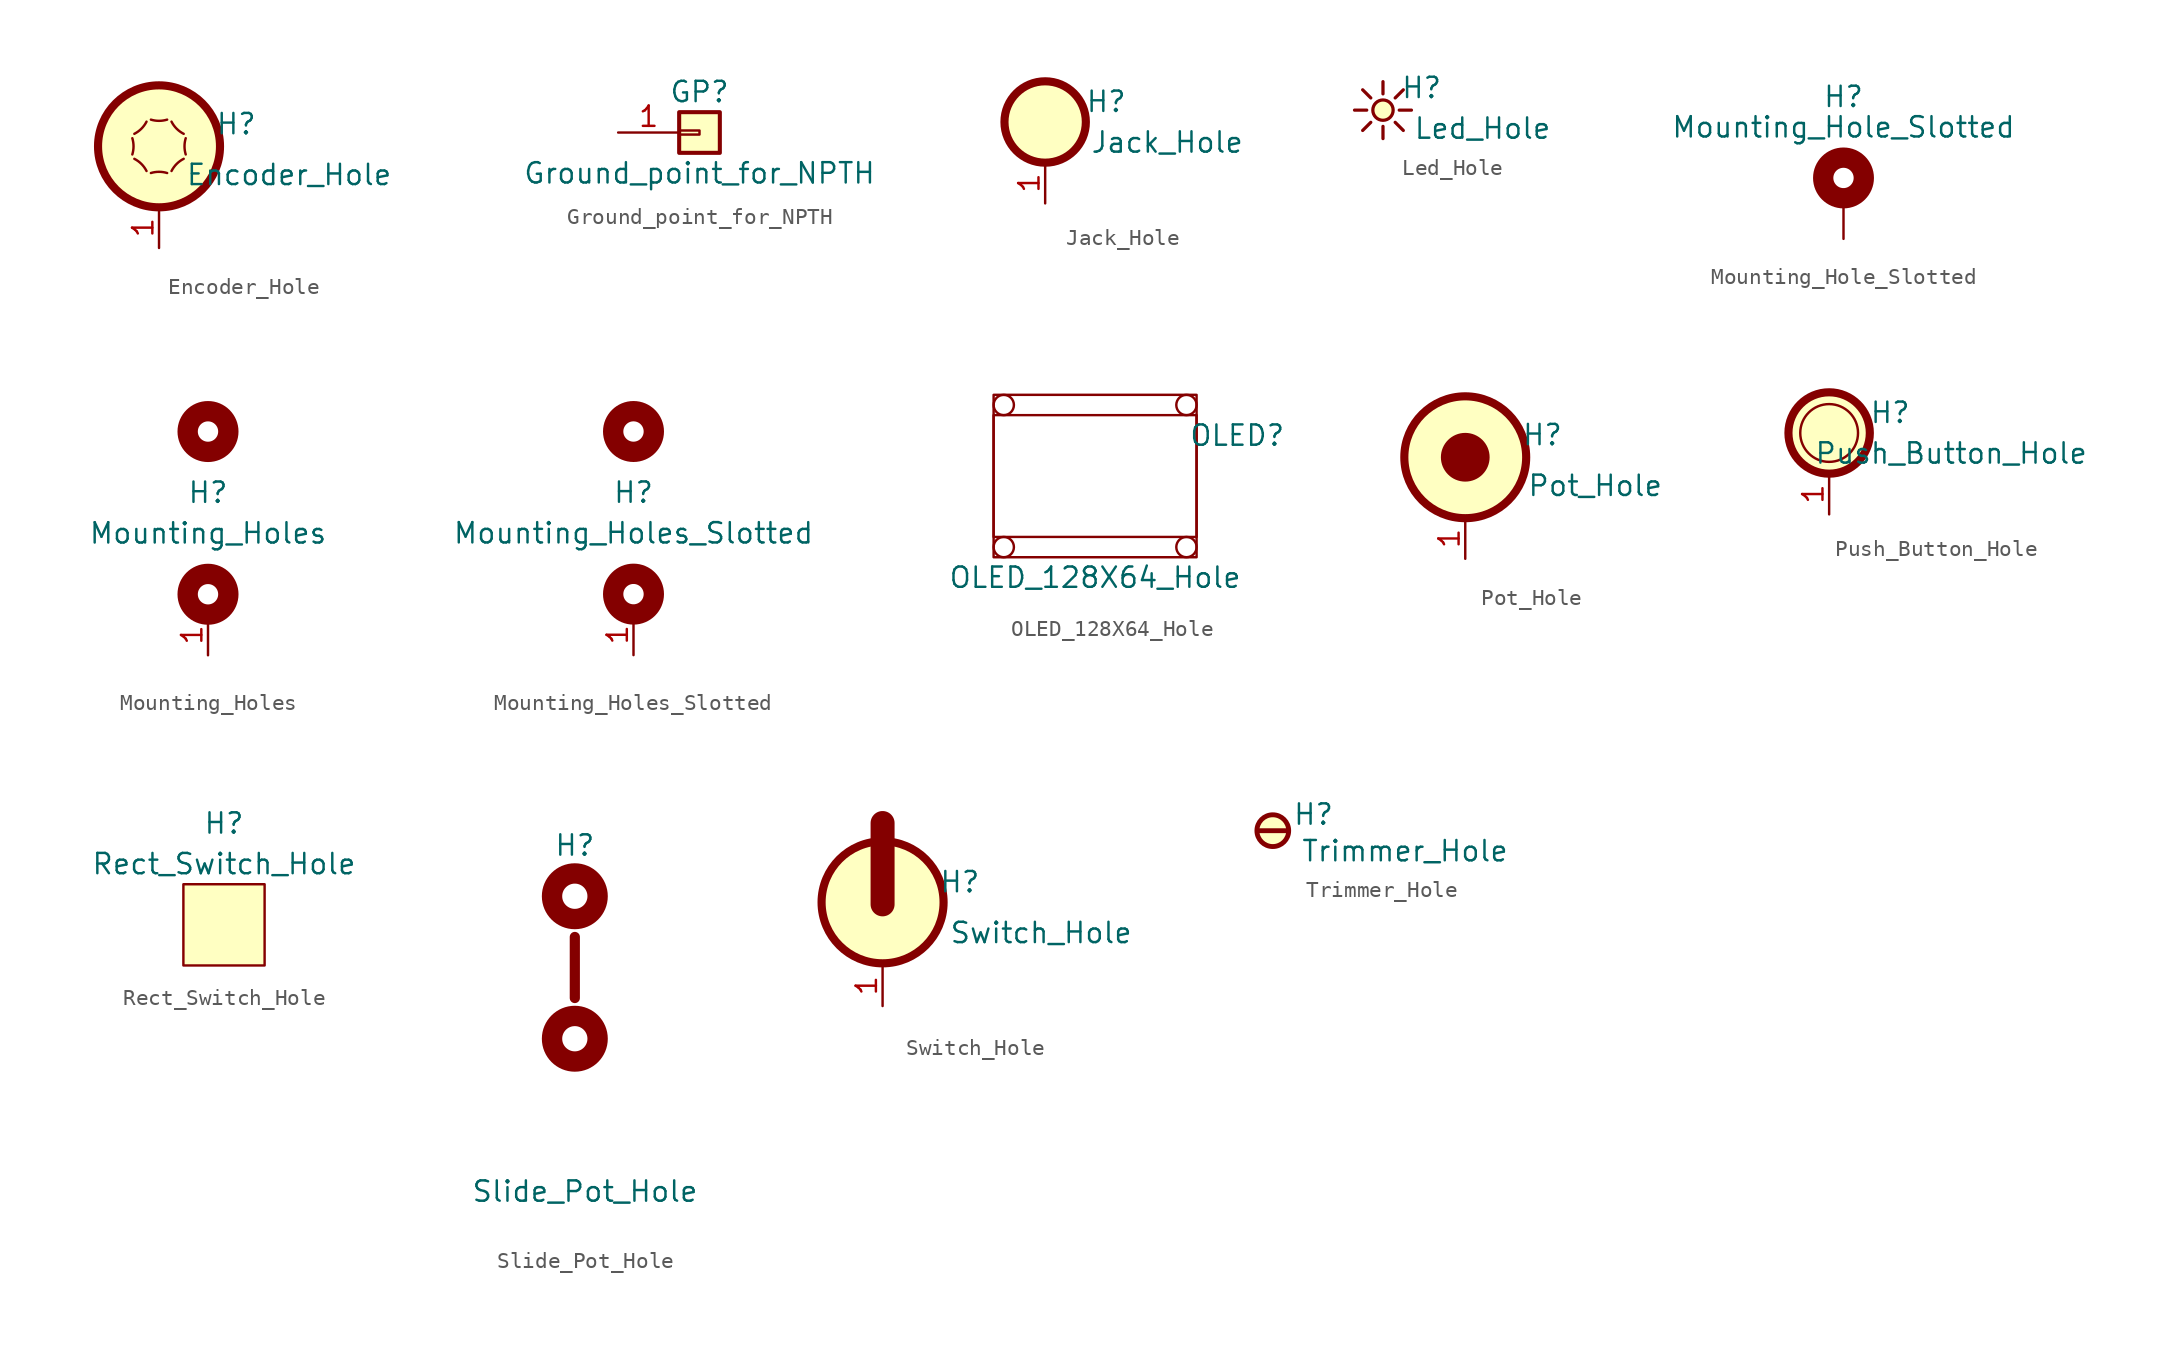
<source format=kicad_sym>
(kicad_symbol_lib
  (version 20211014)
  (generator kicad_symbol_editor)
  (symbol "Encoder_Hole"
    (pin_names
      (offset 1.016))
    (property "Reference" "H"
      (at 4.826 1.397 0)
      (effects (font (size 1.27 1.27))))
    (property "Value" "Encoder_Hole"
      (at 8.128 -1.778 0)
      (effects (font (size 1.27 1.27))))
    (symbol "Encoder_Hole_0_1"
      (arc (start -1.668 -0.508) (mid 1.7436 0) (end -1.668 0.508) (stroke (width 0.1524) (type default) (color 0 0 0 0)) (fill (type none)))
      (arc (start -1.5423 0.7803) (mid 1.2222 -1.2222) (end -0.7803 1.5423) (stroke (width 0.1524) (type default) (color 0 0 0 0)) (fill (type none)))
      (arc (start -0.7803 -1.5423) (mid 1.2222 1.2222) (end -1.5423 -0.7803) (stroke (width 0.1524) (type default) (color 0 0 0 0)) (fill (type none)))
      (arc (start -0.508 1.668) (mid 0 -1.7436) (end 0.508 1.668) (stroke (width 0.1524) (type default) (color 0 0 0 0)) (fill (type none)))
      (circle (center 0 0) (radius 3.81) (stroke (width 0.508) (type default) (color 0 0 0 0)) (fill (type background)))
      (arc (start 0.508 -1.668) (mid 0 1.7436) (end -0.508 -1.668) (stroke (width 0.1524) (type default) (color 0 0 0 0)) (fill (type none)))
      (arc (start 0.7803 1.5423) (mid -1.2222 -1.2222) (end 1.5423 0.7803) (stroke (width 0.1524) (type default) (color 0 0 0 0)) (fill (type none)))
      (arc (start 1.5423 -0.7803) (mid -1.2222 1.2222) (end 0.7803 -1.5423) (stroke (width 0.1524) (type default) (color 0 0 0 0)) (fill (type none)))
      (arc (start 1.668 0.508) (mid -1.7436 0) (end 1.668 -0.508) (stroke (width 0.1524) (type default) (color 0 0 0 0)) (fill (type none))))
    (symbol "Encoder_Hole_1_1"
      (pin passive line (at 0 -6.35 90) (length 2.54) (name "~" (effects (font (size 1.27 1.27)))) (number "1" (effects (font (size 1.27 1.27)))))))
  (symbol "Ground_point_for_NPTH"
    (pin_names
      (offset 1.016) hide)
    (property "Reference" "GP"
      (at 0 2.54 0)
      (effects (font (size 1.27 1.27))))
    (property "Value" "Ground_point_for_NPTH"
      (at 0 -2.54 0)
      (effects (font (size 1.27 1.27))))
    (symbol "Ground_point_for_NPTH_1_1"
      (rectangle (start -1.27 0.127) (end 0 -0.127) (stroke (width 0.152) (type default) (color 0 0 0 0)) (fill (type none)))
      (rectangle (start -1.27 1.27) (end 1.27 -1.27) (stroke (width 0.254) (type default) (color 0 0 0 0)) (fill (type background)))
      (pin passive line (at -5.08 0 0) (length 3.81) (name "Pin_1" (effects (font (size 1.27 1.27)))) (number "1" (effects (font (size 1.27 1.27)))))))
  (symbol "Jack_Hole"
    (pin_names
      (offset 1.016))
    (property "Reference" "H"
      (at 3.81 1.27 0)
      (effects (font (size 1.27 1.27))))
    (property "Value" "Jack_Hole"
      (at 7.62 -1.27 0)
      (effects (font (size 1.27 1.27))))
    (symbol "Jack_Hole_1_1"
      (circle (center 0 0) (radius 2.54) (stroke (width 0.508) (type default) (color 0 0 0 0)) (fill (type background)))
      (pin passive line (at 0 -5.08 90) (length 2.54) (name "~" (effects (font (size 1.27 1.27)))) (number "1" (effects (font (size 1.27 1.27)))))))
  (symbol "Led_Hole"
    (pin_names
      (offset 1.016))
    (property "Reference" "H"
      (at 2.413 1.397 0)
      (effects (font (size 1.27 1.27))))
    (property "Value" "Led_Hole"
      (at 6.223 -1.143 0)
      (effects (font (size 1.27 1.27))))
    (symbol "Led_Hole_1_1"
      (polyline (pts (xy -1.016 0) (xy -1.778 0)) (stroke (width 0.203) (type default) (color 0 0 0 0)) (fill (type none)))
      (polyline (pts (xy -0.762 -0.762) (xy -1.27 -1.27)) (stroke (width 0.203) (type default) (color 0 0 0 0)) (fill (type none)))
      (polyline (pts (xy -0.762 0.762) (xy -1.27 1.27)) (stroke (width 0.203) (type default) (color 0 0 0 0)) (fill (type none)))
      (polyline (pts (xy 0 -1.778) (xy 0 -1.016)) (stroke (width 0.203) (type default) (color 0 0 0 0)) (fill (type none)))
      (polyline (pts (xy 0 1.016) (xy 0 1.778)) (stroke (width 0.203) (type default) (color 0 0 0 0)) (fill (type none)))
      (polyline (pts (xy 1.27 -1.27) (xy 0.762 -0.762)) (stroke (width 0.203) (type default) (color 0 0 0 0)) (fill (type none)))
      (polyline (pts (xy 1.27 1.27) (xy 0.762 0.762)) (stroke (width 0.203) (type default) (color 0 0 0 0)) (fill (type none)))
      (polyline (pts (xy 1.778 0) (xy 1.016 0)) (stroke (width 0.203) (type default) (color 0 0 0 0)) (fill (type none)))
      (circle (center 0 0) (radius 0.635) (stroke (width 0.203) (type default) (color 0 0 0 0)) (fill (type background)))))
  (symbol "Mounting_Hole_Slotted"
    (pin_numbers hide)
    (pin_names
      (offset 1.016) hide)
    (property "Reference" "H"
      (at 0 6.35 0)
      (effects (font (size 1.27 1.27))))
    (property "Value" "Mounting_Hole_Slotted"
      (at 0 4.445 0)
      (effects (font (size 1.27 1.27))))
    (symbol "Mounting_Hole_Slotted_0_1"
      (circle (center 0 1.27) (radius 1.27) (stroke (width 1.27) (type default) (color 0 0 0 0)) (fill (type none))))
    (symbol "Mounting_Hole_Slotted_1_1"
      (pin input line (at 0 -2.54 90) (length 2.54) (name "1" (effects (font (size 1.27 1.27)))) (number "1" (effects (font (size 1.27 1.27)))))))
  (symbol "Mounting_Holes"
    (pin_names
      (offset 1.016))
    (property "Reference" "H"
      (at 0 1.27 0)
      (effects (font (size 1.27 1.27))))
    (property "Value" "Mounting_Holes"
      (at 0 -1.27 0)
      (effects (font (size 1.27 1.27))))
    (symbol "Mounting_Holes_1_1"
      (circle (center 0 -5.08) (radius 1.27) (stroke (width 1.27) (type default) (color 0 0 0 0)) (fill (type none)))
      (circle (center 0 5.08) (radius 1.27) (stroke (width 1.27) (type default) (color 0 0 0 0)) (fill (type none)))
      (pin passive line (at 0 -8.89 90) (length 2.54) (name "~" (effects (font (size 1.27 1.27)))) (number "1" (effects (font (size 1.27 1.27)))))))
  (symbol "Mounting_Holes_Slotted"
    (pin_names
      (offset 1.016))
    (property "Reference" "H"
      (at 0 1.27 0)
      (effects (font (size 1.27 1.27))))
    (property "Value" "Mounting_Holes_Slotted"
      (at 0 -1.27 0)
      (effects (font (size 1.27 1.27))))
    (symbol "Mounting_Holes_Slotted_1_1"
      (circle (center 0 -5.08) (radius 1.27) (stroke (width 1.27) (type default) (color 0 0 0 0)) (fill (type none)))
      (circle (center 0 5.08) (radius 1.27) (stroke (width 1.27) (type default) (color 0 0 0 0)) (fill (type none)))
      (pin passive line (at 0 -8.89 90) (length 2.54) (name "~" (effects (font (size 1.27 1.27)))) (number "1" (effects (font (size 1.27 1.27)))))))
  (symbol "OLED_128X64_Hole"
    (pin_names
      (offset 1.016))
    (property "Reference" "OLED"
      (at 8.89 2.54 0)
      (effects (font (size 1.27 1.27))))
    (property "Value" "OLED_128X64_Hole"
      (at 0 -6.35 0)
      (effects (font (size 1.27 1.27))))
    (symbol "OLED_128X64_Hole_0_1"
      (rectangle (start -6.35 5.08) (end 6.35 -5.08) (stroke (width 0) (type default) (color 0 0 0 0)) (fill (type none)))
      (circle (center -5.715 -4.445) (radius 0.635) (stroke (width 0) (type default) (color 0 0 0 0)) (fill (type none)))
      (circle (center -5.715 4.445) (radius 0.635) (stroke (width 0) (type default) (color 0 0 0 0)) (fill (type none)))
      (circle (center 5.715 -4.445) (radius 0.635) (stroke (width 0) (type default) (color 0 0 0 0)) (fill (type none)))
      (circle (center 5.715 4.445) (radius 0.635) (stroke (width 0) (type default) (color 0 0 0 0)) (fill (type none)))
      (rectangle (start 6.35 3.81) (end -6.35 -3.81) (stroke (width 0) (type default) (color 0 0 0 0)) (fill (type none)))))
  (symbol "Pot_Hole"
    (pin_names
      (offset 1.016))
    (property "Reference" "H"
      (at 4.826 1.397 0)
      (effects (font (size 1.27 1.27))))
    (property "Value" "Pot_Hole"
      (at 8.128 -1.778 0)
      (effects (font (size 1.27 1.27))))
    (symbol "Pot_Hole_0_1"
      (circle (center 0 0) (radius 1.27) (stroke (width 0.508) (type default) (color 0 0 0 0)) (fill (type outline)))
      (circle (center 0 0) (radius 3.81) (stroke (width 0.508) (type default) (color 0 0 0 0)) (fill (type background))))
    (symbol "Pot_Hole_1_1"
      (pin passive line (at 0 -6.35 90) (length 2.54) (name "~" (effects (font (size 1.27 1.27)))) (number "1" (effects (font (size 1.27 1.27)))))))
  (symbol "Push_Button_Hole"
    (pin_names
      (offset 1.016))
    (property "Reference" "H"
      (at 3.81 1.27 0)
      (effects (font (size 1.27 1.27))))
    (property "Value" "Push_Button_Hole"
      (at 7.62 -1.27 0)
      (effects (font (size 1.27 1.27))))
    (symbol "Push_Button_Hole_0_1"
      (circle (center 0 0) (radius 1.803) (stroke (width 0) (type default) (color 0 0 0 0)) (fill (type background))))
    (symbol "Push_Button_Hole_1_1"
      (circle (center 0 0) (radius 2.54) (stroke (width 0.508) (type default) (color 0 0 0 0)) (fill (type background)))
      (pin passive line (at 0 -5.08 90) (length 2.54) (name "~" (effects (font (size 1.27 1.27)))) (number "1" (effects (font (size 1.27 1.27)))))))
  (symbol "Rect_Switch_Hole"
    (property "Reference" "H"
      (at 0 6.35 0)
      (effects (font (size 1.27 1.27))))
    (property "Value" "Rect_Switch_Hole"
      (at 0 3.81 0)
      (effects (font (size 1.27 1.27))))
    (symbol "Rect_Switch_Hole_0_1"
      (rectangle (start -2.54 2.54) (end 2.54 -2.54) (stroke (width 0.152) (type default) (color 0 0 0 0)) (fill (type background)))))
  (symbol "Slide_Pot_Hole"
    (pin_names
      (offset 1.016))
    (property "Reference" "H"
      (at 0 7.62 0)
      (effects (font (size 1.27 1.27))))
    (property "Value" "Slide_Pot_Hole"
      (at 0.635 -13.97 0)
      (effects (font (size 1.27 1.27))))
    (symbol "Slide_Pot_Hole_0_1"
      (circle (center 0 -4.445) (radius 1.422) (stroke (width 1.27) (type default) (color 0 0 0 0)) (fill (type none)))
      (polyline (pts (xy 0 1.905) (xy 0 -1.905)) (stroke (width 0.635) (type default) (color 0 0 0 0)) (fill (type none)))
      (circle (center 0 4.445) (radius 1.422) (stroke (width 1.27) (type default) (color 0 0 0 0)) (fill (type none)))))
  (symbol "Switch_Hole"
    (pin_names
      (offset 1.016))
    (property "Reference" "H"
      (at 4.826 1.397 0)
      (effects (font (size 1.27 1.27))))
    (property "Value" "Switch_Hole"
      (at 9.906 -1.778 0)
      (effects (font (size 1.27 1.27))))
    (symbol "Switch_Hole_0_1"
      (polyline (pts (xy 0 0) (xy 0 5.08)) (stroke (width 1.499) (type default) (color 0 0 0 0)) (fill (type none)))
      (circle (center 0 0.127) (radius 3.81) (stroke (width 0.508) (type default) (color 0 0 0 0)) (fill (type background))))
    (symbol "Switch_Hole_1_1"
      (pin passive line (at 0 -6.35 90) (length 2.54) (name "~" (effects (font (size 1.27 1.27)))) (number "1" (effects (font (size 1.27 1.27)))))))
  (symbol "Trimmer_Hole"
    (pin_names
      (offset 1.016))
    (property "Reference" "H"
      (at 2.54 1.016 0)
      (effects (font (size 1.27 1.27))))
    (property "Value" "Trimmer_Hole"
      (at 8.255 -1.27 0)
      (effects (font (size 1.27 1.27))))
    (symbol "Trimmer_Hole_0_1"
      (polyline (pts (xy -0.889 0) (xy 0.889 0)) (stroke (width 0.305) (type default) (color 0 0 0 0)) (fill (type none)))
      (circle (center 0 0) (radius 0.991) (stroke (width 0.305) (type default) (color 0 0 0 0)) (fill (type background))))))
</source>
